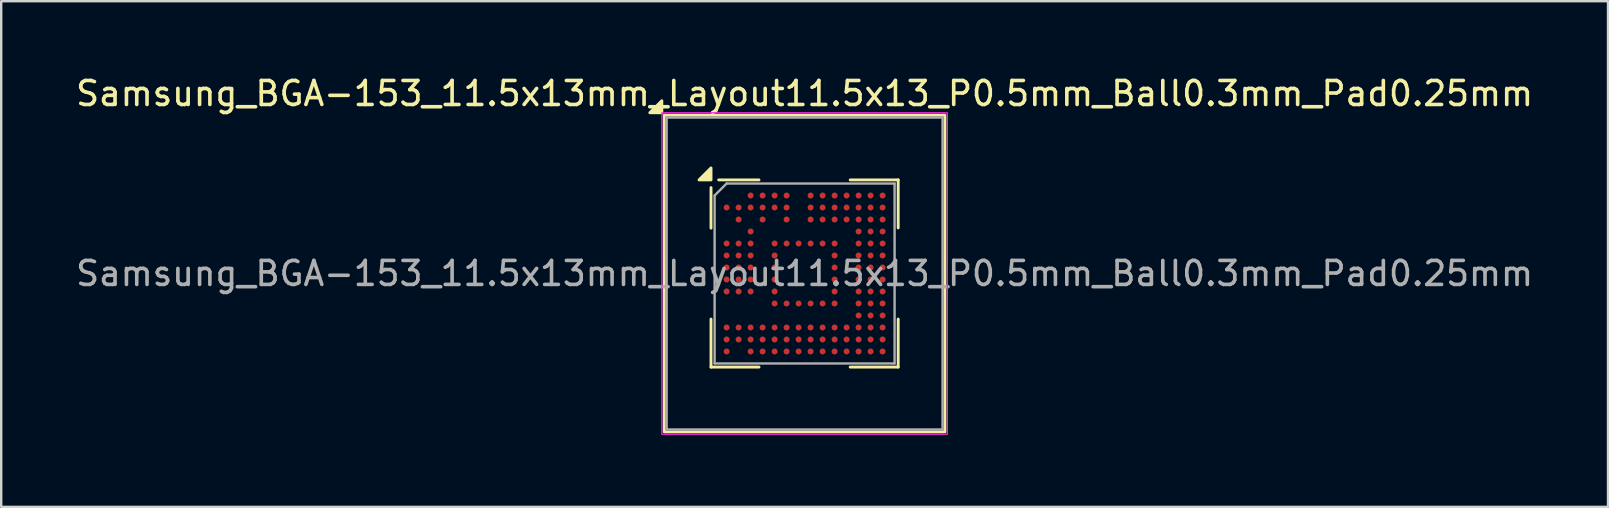
<source format=kicad_pcb>
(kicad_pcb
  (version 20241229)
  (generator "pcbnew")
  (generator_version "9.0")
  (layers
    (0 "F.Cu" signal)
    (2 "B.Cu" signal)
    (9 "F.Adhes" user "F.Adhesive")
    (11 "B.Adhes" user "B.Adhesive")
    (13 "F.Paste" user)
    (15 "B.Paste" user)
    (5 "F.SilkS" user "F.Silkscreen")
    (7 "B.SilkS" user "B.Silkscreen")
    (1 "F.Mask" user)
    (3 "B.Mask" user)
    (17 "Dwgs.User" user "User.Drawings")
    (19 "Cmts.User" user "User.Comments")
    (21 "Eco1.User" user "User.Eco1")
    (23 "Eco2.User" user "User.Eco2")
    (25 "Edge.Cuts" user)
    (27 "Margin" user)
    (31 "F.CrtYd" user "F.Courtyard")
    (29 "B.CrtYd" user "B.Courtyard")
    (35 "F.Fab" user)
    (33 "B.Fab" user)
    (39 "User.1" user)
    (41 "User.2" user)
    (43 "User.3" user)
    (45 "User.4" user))
  (footprint "Samsung_BGA-153_11.5x13mm_Layout11.5x13_P0.5mm_Ball0.3mm_Pad0.25mm"
    (layer "F.Cu")
    (at 30.482 8.348)
    (property "Reference" "Samsung_BGA-153_11.5x13mm_Layout11.5x13_P0.5mm_Ball0.3mm_Pad0.25mm" (at 0 -7.5 0) (layer "F.SilkS") (effects (font (size 1 1) (thickness 0.15))))
    (attr smd)
    (fp_line (start -3.9 -3.58) (end -3.9 -1.89) (stroke (width 0.12) (type solid)) (layer "F.SilkS"))
    (fp_line (start -3.9 3.9) (end -3.9 1.9) (stroke (width 0.12) (type solid)) (layer "F.SilkS"))
    (fp_line (start -1.9 -3.9) (end -3.58 -3.9) (stroke (width 0.12) (type solid)) (layer "F.SilkS"))
    (fp_line (start -1.9 3.9) (end -3.9 3.9) (stroke (width 0.12) (type solid)) (layer "F.SilkS"))
    (fp_line (start 1.9 -3.9) (end 3.9 -3.9) (stroke (width 0.12) (type solid)) (layer "F.SilkS"))
    (fp_line (start 1.9 3.9) (end 3.9 3.9) (stroke (width 0.12) (type solid)) (layer "F.SilkS"))
    (fp_line (start 3.9 -3.9) (end 3.9 -1.9) (stroke (width 0.12) (type solid)) (layer "F.SilkS"))
    (fp_line (start 3.9 3.9) (end 3.9 1.9) (stroke (width 0.12) (type solid)) (layer "F.SilkS"))
    (fp_rect (start -5.85 -6.6) (end 5.85 6.6) (stroke (width 0.12) (type default)) (fill no) (layer "F.SilkS"))
    (fp_poly (pts (xy -5.95 -6.7) (xy -6.45 -6.7) (xy -5.95 -7.2) (xy -5.95 -6.7)) (stroke (width 0.12) (type solid)) (fill yes) (layer "F.SilkS"))
    (fp_poly (pts (xy -3.9 -3.9) (xy -4.4 -3.9) (xy -3.9 -4.4) (xy -3.9 -3.9)) (stroke (width 0.12) (type solid)) (fill yes) (layer "F.SilkS"))
    (fp_rect (start 5.95 6.7) (end -5.95 -6.7) (stroke (width 0.05) (type solid)) (fill no) (layer "F.CrtYd"))
    (fp_line (start -3.75 -3.25) (end -3.75 3.75) (stroke (width 0.1) (type solid)) (layer "F.Fab"))
    (fp_line (start -3.75 3.75) (end 3.75 3.75) (stroke (width 0.1) (type solid)) (layer "F.Fab"))
    (fp_line (start -3.25 -3.75) (end -3.75 -3.25) (stroke (width 0.1) (type solid)) (layer "F.Fab"))
    (fp_line (start 3.75 -3.75) (end -3.25 -3.75) (stroke (width 0.1) (type solid)) (layer "F.Fab"))
    (fp_line (start 3.75 3.75) (end 3.75 -3.75) (stroke (width 0.1) (type solid)) (layer "F.Fab"))
    (fp_rect (start -5.75 -6.5) (end 5.75 6.5) (stroke (width 0.1) (type default)) (fill no) (layer "F.Fab"))
    (fp_text user "${REFERENCE}" (at 0 0 0) (unlocked yes) (layer "F.Fab") (effects (font (size 1 1) (thickness 0.15))))
    (pad "A3" smd circle (at -2.25 -3.25) (size 0.25 0.25) (property pad_prop_bga) (layers "F.Cu" "F.Mask" "F.Paste"))
    (pad "A4" smd circle (at -1.75 -3.25) (size 0.25 0.25) (property pad_prop_bga) (layers "F.Cu" "F.Mask" "F.Paste"))
    (pad "A5" smd circle (at -1.25 -3.25) (size 0.25 0.25) (property pad_prop_bga) (layers "F.Cu" "F.Mask" "F.Paste"))
    (pad "A6" smd circle (at -0.75 -3.25) (size 0.25 0.25) (property pad_prop_bga) (layers "F.Cu" "F.Mask" "F.Paste"))
    (pad "A8" smd circle (at 0.25 -3.25) (size 0.25 0.25) (property pad_prop_bga) (layers "F.Cu" "F.Mask" "F.Paste"))
    (pad "A9" smd circle (at 0.75 -3.25) (size 0.25 0.25) (property pad_prop_bga) (layers "F.Cu" "F.Mask" "F.Paste"))
    (pad "A10" smd circle (at 1.25 -3.25) (size 0.25 0.25) (property pad_prop_bga) (layers "F.Cu" "F.Mask" "F.Paste"))
    (pad "A11" smd circle (at 1.75 -3.25) (size 0.25 0.25) (property pad_prop_bga) (layers "F.Cu" "F.Mask" "F.Paste"))
    (pad "A12" smd circle (at 2.25 -3.25) (size 0.25 0.25) (property pad_prop_bga) (layers "F.Cu" "F.Mask" "F.Paste"))
    (pad "A13" smd circle (at 2.75 -3.25) (size 0.25 0.25) (property pad_prop_bga) (layers "F.Cu" "F.Mask" "F.Paste"))
    (pad "A14" smd circle (at 3.25 -3.25) (size 0.25 0.25) (property pad_prop_bga) (layers "F.Cu" "F.Mask" "F.Paste"))
    (pad "B1" smd circle (at -3.25 -2.75) (size 0.25 0.25) (property pad_prop_bga) (layers "F.Cu" "F.Mask" "F.Paste"))
    (pad "B2" smd circle (at -2.75 -2.75) (size 0.25 0.25) (property pad_prop_bga) (layers "F.Cu" "F.Mask" "F.Paste"))
    (pad "B3" smd circle (at -2.25 -2.75) (size 0.25 0.25) (property pad_prop_bga) (layers "F.Cu" "F.Mask" "F.Paste"))
    (pad "B4" smd circle (at -1.75 -2.75) (size 0.25 0.25) (property pad_prop_bga) (layers "F.Cu" "F.Mask" "F.Paste"))
    (pad "B5" smd circle (at -1.25 -2.75) (size 0.25 0.25) (property pad_prop_bga) (layers "F.Cu" "F.Mask" "F.Paste"))
    (pad "B6" smd circle (at -0.75 -2.75) (size 0.25 0.25) (property pad_prop_bga) (layers "F.Cu" "F.Mask" "F.Paste"))
    (pad "B8" smd circle (at 0.25 -2.75) (size 0.25 0.25) (property pad_prop_bga) (layers "F.Cu" "F.Mask" "F.Paste"))
    (pad "B9" smd circle (at 0.75 -2.75) (size 0.25 0.25) (property pad_prop_bga) (layers "F.Cu" "F.Mask" "F.Paste"))
    (pad "B10" smd circle (at 1.25 -2.75) (size 0.25 0.25) (property pad_prop_bga) (layers "F.Cu" "F.Mask" "F.Paste"))
    (pad "B11" smd circle (at 1.75 -2.75) (size 0.25 0.25) (property pad_prop_bga) (layers "F.Cu" "F.Mask" "F.Paste"))
    (pad "B12" smd circle (at 2.25 -2.75) (size 0.25 0.25) (property pad_prop_bga) (layers "F.Cu" "F.Mask" "F.Paste"))
    (pad "B13" smd circle (at 2.75 -2.75) (size 0.25 0.25) (property pad_prop_bga) (layers "F.Cu" "F.Mask" "F.Paste"))
    (pad "B14" smd circle (at 3.25 -2.75) (size 0.25 0.25) (property pad_prop_bga) (layers "F.Cu" "F.Mask" "F.Paste"))
    (pad "C2" smd circle (at -2.75 -2.25) (size 0.25 0.25) (property pad_prop_bga) (layers "F.Cu" "F.Mask" "F.Paste"))
    (pad "C4" smd circle (at -1.75 -2.25) (size 0.25 0.25) (property pad_prop_bga) (layers "F.Cu" "F.Mask" "F.Paste"))
    (pad "C6" smd circle (at -0.75 -2.25) (size 0.25 0.25) (property pad_prop_bga) (layers "F.Cu" "F.Mask" "F.Paste"))
    (pad "C8" smd circle (at 0.25 -2.25) (size 0.25 0.25) (property pad_prop_bga) (layers "F.Cu" "F.Mask" "F.Paste"))
    (pad "C9" smd circle (at 0.75 -2.25) (size 0.25 0.25) (property pad_prop_bga) (layers "F.Cu" "F.Mask" "F.Paste"))
    (pad "C10" smd circle (at 1.25 -2.25) (size 0.25 0.25) (property pad_prop_bga) (layers "F.Cu" "F.Mask" "F.Paste"))
    (pad "C11" smd circle (at 1.75 -2.25) (size 0.25 0.25) (property pad_prop_bga) (layers "F.Cu" "F.Mask" "F.Paste"))
    (pad "C12" smd circle (at 2.25 -2.25) (size 0.25 0.25) (property pad_prop_bga) (layers "F.Cu" "F.Mask" "F.Paste"))
    (pad "C13" smd circle (at 2.75 -2.25) (size 0.25 0.25) (property pad_prop_bga) (layers "F.Cu" "F.Mask" "F.Paste"))
    (pad "C14" smd circle (at 3.25 -2.25) (size 0.25 0.25) (property pad_prop_bga) (layers "F.Cu" "F.Mask" "F.Paste"))
    (pad "D3" smd circle (at -2.25 -1.75) (size 0.25 0.25) (property pad_prop_bga) (layers "F.Cu" "F.Mask" "F.Paste"))
    (pad "D12" smd circle (at 2.25 -1.75) (size 0.25 0.25) (property pad_prop_bga) (layers "F.Cu" "F.Mask" "F.Paste"))
    (pad "D13" smd circle (at 2.75 -1.75) (size 0.25 0.25) (property pad_prop_bga) (layers "F.Cu" "F.Mask" "F.Paste"))
    (pad "D14" smd circle (at 3.25 -1.75) (size 0.25 0.25) (property pad_prop_bga) (layers "F.Cu" "F.Mask" "F.Paste"))
    (pad "E1" smd circle (at -3.25 -1.25) (size 0.25 0.25) (property pad_prop_bga) (layers "F.Cu" "F.Mask" "F.Paste"))
    (pad "E2" smd circle (at -2.75 -1.25) (size 0.25 0.25) (property pad_prop_bga) (layers "F.Cu" "F.Mask" "F.Paste"))
    (pad "E3" smd circle (at -2.25 -1.25) (size 0.25 0.25) (property pad_prop_bga) (layers "F.Cu" "F.Mask" "F.Paste"))
    (pad "E5" smd circle (at -1.25 -1.25) (size 0.25 0.25) (property pad_prop_bga) (layers "F.Cu" "F.Mask" "F.Paste"))
    (pad "E6" smd circle (at -0.75 -1.25) (size 0.25 0.25) (property pad_prop_bga) (layers "F.Cu" "F.Mask" "F.Paste"))
    (pad "E7" smd circle (at -0.25 -1.25) (size 0.25 0.25) (property pad_prop_bga) (layers "F.Cu" "F.Mask" "F.Paste"))
    (pad "E8" smd circle (at 0.25 -1.25) (size 0.25 0.25) (property pad_prop_bga) (layers "F.Cu" "F.Mask" "F.Paste"))
    (pad "E9" smd circle (at 0.75 -1.25) (size 0.25 0.25) (property pad_prop_bga) (layers "F.Cu" "F.Mask" "F.Paste"))
    (pad "E10" smd circle (at 1.25 -1.25) (size 0.25 0.25) (property pad_prop_bga) (layers "F.Cu" "F.Mask" "F.Paste"))
    (pad "E12" smd circle (at 2.25 -1.25) (size 0.25 0.25) (property pad_prop_bga) (layers "F.Cu" "F.Mask" "F.Paste"))
    (pad "E13" smd circle (at 2.75 -1.25) (size 0.25 0.25) (property pad_prop_bga) (layers "F.Cu" "F.Mask" "F.Paste"))
    (pad "E14" smd circle (at 3.25 -1.25) (size 0.25 0.25) (property pad_prop_bga) (layers "F.Cu" "F.Mask" "F.Paste"))
    (pad "F1" smd circle (at -3.25 -0.75) (size 0.25 0.25) (property pad_prop_bga) (layers "F.Cu" "F.Mask" "F.Paste"))
    (pad "F2" smd circle (at -2.75 -0.75) (size 0.25 0.25) (property pad_prop_bga) (layers "F.Cu" "F.Mask" "F.Paste"))
    (pad "F3" smd circle (at -2.25 -0.75) (size 0.25 0.25) (property pad_prop_bga) (layers "F.Cu" "F.Mask" "F.Paste"))
    (pad "F5" smd circle (at -1.25 -0.75) (size 0.25 0.25) (property pad_prop_bga) (layers "F.Cu" "F.Mask" "F.Paste"))
    (pad "F10" smd circle (at 1.25 -0.75) (size 0.25 0.25) (property pad_prop_bga) (layers "F.Cu" "F.Mask" "F.Paste"))
    (pad "F12" smd circle (at 2.25 -0.75) (size 0.25 0.25) (property pad_prop_bga) (layers "F.Cu" "F.Mask" "F.Paste"))
    (pad "F13" smd circle (at 2.75 -0.75) (size 0.25 0.25) (property pad_prop_bga) (layers "F.Cu" "F.Mask" "F.Paste"))
    (pad "F14" smd circle (at 3.25 -0.75) (size 0.25 0.25) (property pad_prop_bga) (layers "F.Cu" "F.Mask" "F.Paste"))
    (pad "G1" smd circle (at -3.25 -0.25) (size 0.25 0.25) (property pad_prop_bga) (layers "F.Cu" "F.Mask" "F.Paste"))
    (pad "G2" smd circle (at -2.75 -0.25) (size 0.25 0.25) (property pad_prop_bga) (layers "F.Cu" "F.Mask" "F.Paste"))
    (pad "G3" smd circle (at -2.25 -0.25) (size 0.25 0.25) (property pad_prop_bga) (layers "F.Cu" "F.Mask" "F.Paste"))
    (pad "G5" smd circle (at -1.25 -0.25) (size 0.25 0.25) (property pad_prop_bga) (layers "F.Cu" "F.Mask" "F.Paste"))
    (pad "G10" smd circle (at 1.25 -0.25) (size 0.25 0.25) (property pad_prop_bga) (layers "F.Cu" "F.Mask" "F.Paste"))
    (pad "G12" smd circle (at 2.25 -0.25) (size 0.25 0.25) (property pad_prop_bga) (layers "F.Cu" "F.Mask" "F.Paste"))
    (pad "G13" smd circle (at 2.75 -0.25) (size 0.25 0.25) (property pad_prop_bga) (layers "F.Cu" "F.Mask" "F.Paste"))
    (pad "G14" smd circle (at 3.25 -0.25) (size 0.25 0.25) (property pad_prop_bga) (layers "F.Cu" "F.Mask" "F.Paste"))
    (pad "H1" smd circle (at -3.25 0.25) (size 0.25 0.25) (property pad_prop_bga) (layers "F.Cu" "F.Mask" "F.Paste"))
    (pad "H2" smd circle (at -2.75 0.25) (size 0.25 0.25) (property pad_prop_bga) (layers "F.Cu" "F.Mask" "F.Paste"))
    (pad "H3" smd circle (at -2.25 0.25) (size 0.25 0.25) (property pad_prop_bga) (layers "F.Cu" "F.Mask" "F.Paste"))
    (pad "H5" smd circle (at -1.25 0.25) (size 0.25 0.25) (property pad_prop_bga) (layers "F.Cu" "F.Mask" "F.Paste"))
    (pad "H10" smd circle (at 1.25 0.25) (size 0.25 0.25) (property pad_prop_bga) (layers "F.Cu" "F.Mask" "F.Paste"))
    (pad "H12" smd circle (at 2.25 0.25) (size 0.25 0.25) (property pad_prop_bga) (layers "F.Cu" "F.Mask" "F.Paste"))
    (pad "H13" smd circle (at 2.75 0.25) (size 0.25 0.25) (property pad_prop_bga) (layers "F.Cu" "F.Mask" "F.Paste"))
    (pad "H14" smd circle (at 3.25 0.25) (size 0.25 0.25) (property pad_prop_bga) (layers "F.Cu" "F.Mask" "F.Paste"))
    (pad "J1" smd circle (at -3.25 0.75) (size 0.25 0.25) (property pad_prop_bga) (layers "F.Cu" "F.Mask" "F.Paste"))
    (pad "J2" smd circle (at -2.75 0.75) (size 0.25 0.25) (property pad_prop_bga) (layers "F.Cu" "F.Mask" "F.Paste"))
    (pad "J3" smd circle (at -2.25 0.75) (size 0.25 0.25) (property pad_prop_bga) (layers "F.Cu" "F.Mask" "F.Paste"))
    (pad "J5" smd circle (at -1.25 0.75) (size 0.25 0.25) (property pad_prop_bga) (layers "F.Cu" "F.Mask" "F.Paste"))
    (pad "J10" smd circle (at 1.25 0.75) (size 0.25 0.25) (property pad_prop_bga) (layers "F.Cu" "F.Mask" "F.Paste"))
    (pad "J12" smd circle (at 2.25 0.75) (size 0.25 0.25) (property pad_prop_bga) (layers "F.Cu" "F.Mask" "F.Paste"))
    (pad "J13" smd circle (at 2.75 0.75) (size 0.25 0.25) (property pad_prop_bga) (layers "F.Cu" "F.Mask" "F.Paste"))
    (pad "J14" smd circle (at 3.25 0.75) (size 0.25 0.25) (property pad_prop_bga) (layers "F.Cu" "F.Mask" "F.Paste"))
    (pad "K5" smd circle (at -1.25 1.25) (size 0.25 0.25) (property pad_prop_bga) (layers "F.Cu" "F.Mask" "F.Paste"))
    (pad "K6" smd circle (at -0.75 1.25) (size 0.25 0.25) (property pad_prop_bga) (layers "F.Cu" "F.Mask" "F.Paste"))
    (pad "K7" smd circle (at -0.25 1.25) (size 0.25 0.25) (property pad_prop_bga) (layers "F.Cu" "F.Mask" "F.Paste"))
    (pad "K8" smd circle (at 0.25 1.25) (size 0.25 0.25) (property pad_prop_bga) (layers "F.Cu" "F.Mask" "F.Paste"))
    (pad "K9" smd circle (at 0.75 1.25) (size 0.25 0.25) (property pad_prop_bga) (layers "F.Cu" "F.Mask" "F.Paste"))
    (pad "K10" smd circle (at 1.25 1.25) (size 0.25 0.25) (property pad_prop_bga) (layers "F.Cu" "F.Mask" "F.Paste"))
    (pad "K12" smd circle (at 2.25 1.25) (size 0.25 0.25) (property pad_prop_bga) (layers "F.Cu" "F.Mask" "F.Paste"))
    (pad "K13" smd circle (at 2.75 1.25) (size 0.25 0.25) (property pad_prop_bga) (layers "F.Cu" "F.Mask" "F.Paste"))
    (pad "K14" smd circle (at 3.25 1.25) (size 0.25 0.25) (property pad_prop_bga) (layers "F.Cu" "F.Mask" "F.Paste"))
    (pad "L12" smd circle (at 2.25 1.75) (size 0.25 0.25) (property pad_prop_bga) (layers "F.Cu" "F.Mask" "F.Paste"))
    (pad "L13" smd circle (at 2.75 1.75) (size 0.25 0.25) (property pad_prop_bga) (layers "F.Cu" "F.Mask" "F.Paste"))
    (pad "L14" smd circle (at 3.25 1.75) (size 0.25 0.25) (property pad_prop_bga) (layers "F.Cu" "F.Mask" "F.Paste"))
    (pad "M1" smd circle (at -3.25 2.25) (size 0.25 0.25) (property pad_prop_bga) (layers "F.Cu" "F.Mask" "F.Paste"))
    (pad "M2" smd circle (at -2.75 2.25) (size 0.25 0.25) (property pad_prop_bga) (layers "F.Cu" "F.Mask" "F.Paste"))
    (pad "M3" smd circle (at -2.25 2.25) (size 0.25 0.25) (property pad_prop_bga) (layers "F.Cu" "F.Mask" "F.Paste"))
    (pad "M4" smd circle (at -1.75 2.25) (size 0.25 0.25) (property pad_prop_bga) (layers "F.Cu" "F.Mask" "F.Paste"))
    (pad "M5" smd circle (at -1.25 2.25) (size 0.25 0.25) (property pad_prop_bga) (layers "F.Cu" "F.Mask" "F.Paste"))
    (pad "M6" smd circle (at -0.75 2.25) (size 0.25 0.25) (property pad_prop_bga) (layers "F.Cu" "F.Mask" "F.Paste"))
    (pad "M7" smd circle (at -0.25 2.25) (size 0.25 0.25) (property pad_prop_bga) (layers "F.Cu" "F.Mask" "F.Paste"))
    (pad "M8" smd circle (at 0.25 2.25) (size 0.25 0.25) (property pad_prop_bga) (layers "F.Cu" "F.Mask" "F.Paste"))
    (pad "M9" smd circle (at 0.75 2.25) (size 0.25 0.25) (property pad_prop_bga) (layers "F.Cu" "F.Mask" "F.Paste"))
    (pad "M10" smd circle (at 1.25 2.25) (size 0.25 0.25) (property pad_prop_bga) (layers "F.Cu" "F.Mask" "F.Paste"))
    (pad "M11" smd circle (at 1.75 2.25) (size 0.25 0.25) (property pad_prop_bga) (layers "F.Cu" "F.Mask" "F.Paste"))
    (pad "M12" smd circle (at 2.25 2.25) (size 0.25 0.25) (property pad_prop_bga) (layers "F.Cu" "F.Mask" "F.Paste"))
    (pad "M13" smd circle (at 2.75 2.25) (size 0.25 0.25) (property pad_prop_bga) (layers "F.Cu" "F.Mask" "F.Paste"))
    (pad "M14" smd circle (at 3.25 2.25) (size 0.25 0.25) (property pad_prop_bga) (layers "F.Cu" "F.Mask" "F.Paste"))
    (pad "N1" smd circle (at -3.25 2.75) (size 0.25 0.25) (property pad_prop_bga) (layers "F.Cu" "F.Mask" "F.Paste"))
    (pad "N2" smd circle (at -2.75 2.75) (size 0.25 0.25) (property pad_prop_bga) (layers "F.Cu" "F.Mask" "F.Paste"))
    (pad "N3" smd circle (at -2.25 2.75) (size 0.25 0.25) (property pad_prop_bga) (layers "F.Cu" "F.Mask" "F.Paste"))
    (pad "N4" smd circle (at -1.75 2.75) (size 0.25 0.25) (property pad_prop_bga) (layers "F.Cu" "F.Mask" "F.Paste"))
    (pad "N5" smd circle (at -1.25 2.75) (size 0.25 0.25) (property pad_prop_bga) (layers "F.Cu" "F.Mask" "F.Paste"))
    (pad "N6" smd circle (at -0.75 2.75) (size 0.25 0.25) (property pad_prop_bga) (layers "F.Cu" "F.Mask" "F.Paste"))
    (pad "N7" smd circle (at -0.25 2.75) (size 0.25 0.25) (property pad_prop_bga) (layers "F.Cu" "F.Mask" "F.Paste"))
    (pad "N8" smd circle (at 0.25 2.75) (size 0.25 0.25) (property pad_prop_bga) (layers "F.Cu" "F.Mask" "F.Paste"))
    (pad "N9" smd circle (at 0.75 2.75) (size 0.25 0.25) (property pad_prop_bga) (layers "F.Cu" "F.Mask" "F.Paste"))
    (pad "N10" smd circle (at 1.25 2.75) (size 0.25 0.25) (property pad_prop_bga) (layers "F.Cu" "F.Mask" "F.Paste"))
    (pad "N11" smd circle (at 1.75 2.75) (size 0.25 0.25) (property pad_prop_bga) (layers "F.Cu" "F.Mask" "F.Paste"))
    (pad "N12" smd circle (at 2.25 2.75) (size 0.25 0.25) (property pad_prop_bga) (layers "F.Cu" "F.Mask" "F.Paste"))
    (pad "N13" smd circle (at 2.75 2.75) (size 0.25 0.25) (property pad_prop_bga) (layers "F.Cu" "F.Mask" "F.Paste"))
    (pad "N14" smd circle (at 3.25 2.75) (size 0.25 0.25) (property pad_prop_bga) (layers "F.Cu" "F.Mask" "F.Paste"))
    (pad "P1" smd circle (at -3.25 3.25) (size 0.25 0.25) (property pad_prop_bga) (layers "F.Cu" "F.Mask" "F.Paste"))
    (pad "P3" smd circle (at -2.25 3.25) (size 0.25 0.25) (property pad_prop_bga) (layers "F.Cu" "F.Mask" "F.Paste"))
    (pad "P4" smd circle (at -1.75 3.25) (size 0.25 0.25) (property pad_prop_bga) (layers "F.Cu" "F.Mask" "F.Paste"))
    (pad "P5" smd circle (at -1.25 3.25) (size 0.25 0.25) (property pad_prop_bga) (layers "F.Cu" "F.Mask" "F.Paste"))
    (pad "P6" smd circle (at -0.75 3.25) (size 0.25 0.25) (property pad_prop_bga) (layers "F.Cu" "F.Mask" "F.Paste"))
    (pad "P7" smd circle (at -0.25 3.25) (size 0.25 0.25) (property pad_prop_bga) (layers "F.Cu" "F.Mask" "F.Paste"))
    (pad "P8" smd circle (at 0.25 3.25) (size 0.25 0.25) (property pad_prop_bga) (layers "F.Cu" "F.Mask" "F.Paste"))
    (pad "P9" smd circle (at 0.75 3.25) (size 0.25 0.25) (property pad_prop_bga) (layers "F.Cu" "F.Mask" "F.Paste"))
    (pad "P10" smd circle (at 1.25 3.25) (size 0.25 0.25) (property pad_prop_bga) (layers "F.Cu" "F.Mask" "F.Paste"))
    (pad "P11" smd circle (at 1.75 3.25) (size 0.25 0.25) (property pad_prop_bga) (layers "F.Cu" "F.Mask" "F.Paste"))
    (pad "P12" smd circle (at 2.25 3.25) (size 0.25 0.25) (property pad_prop_bga) (layers "F.Cu" "F.Mask" "F.Paste"))
    (pad "P13" smd circle (at 2.75 3.25) (size 0.25 0.25) (property pad_prop_bga) (layers "F.Cu" "F.Mask" "F.Paste"))
    (pad "P14" smd circle (at 3.25 3.25) (size 0.25 0.25) (property pad_prop_bga) (layers "F.Cu" "F.Mask" "F.Paste")))
  (gr_rect
    (start -3 -3)
    (end 63.964 18.073)
    (stroke (width 0.1) (type default))
    (fill no)
    (layer "Edge.Cuts")))
</source>
